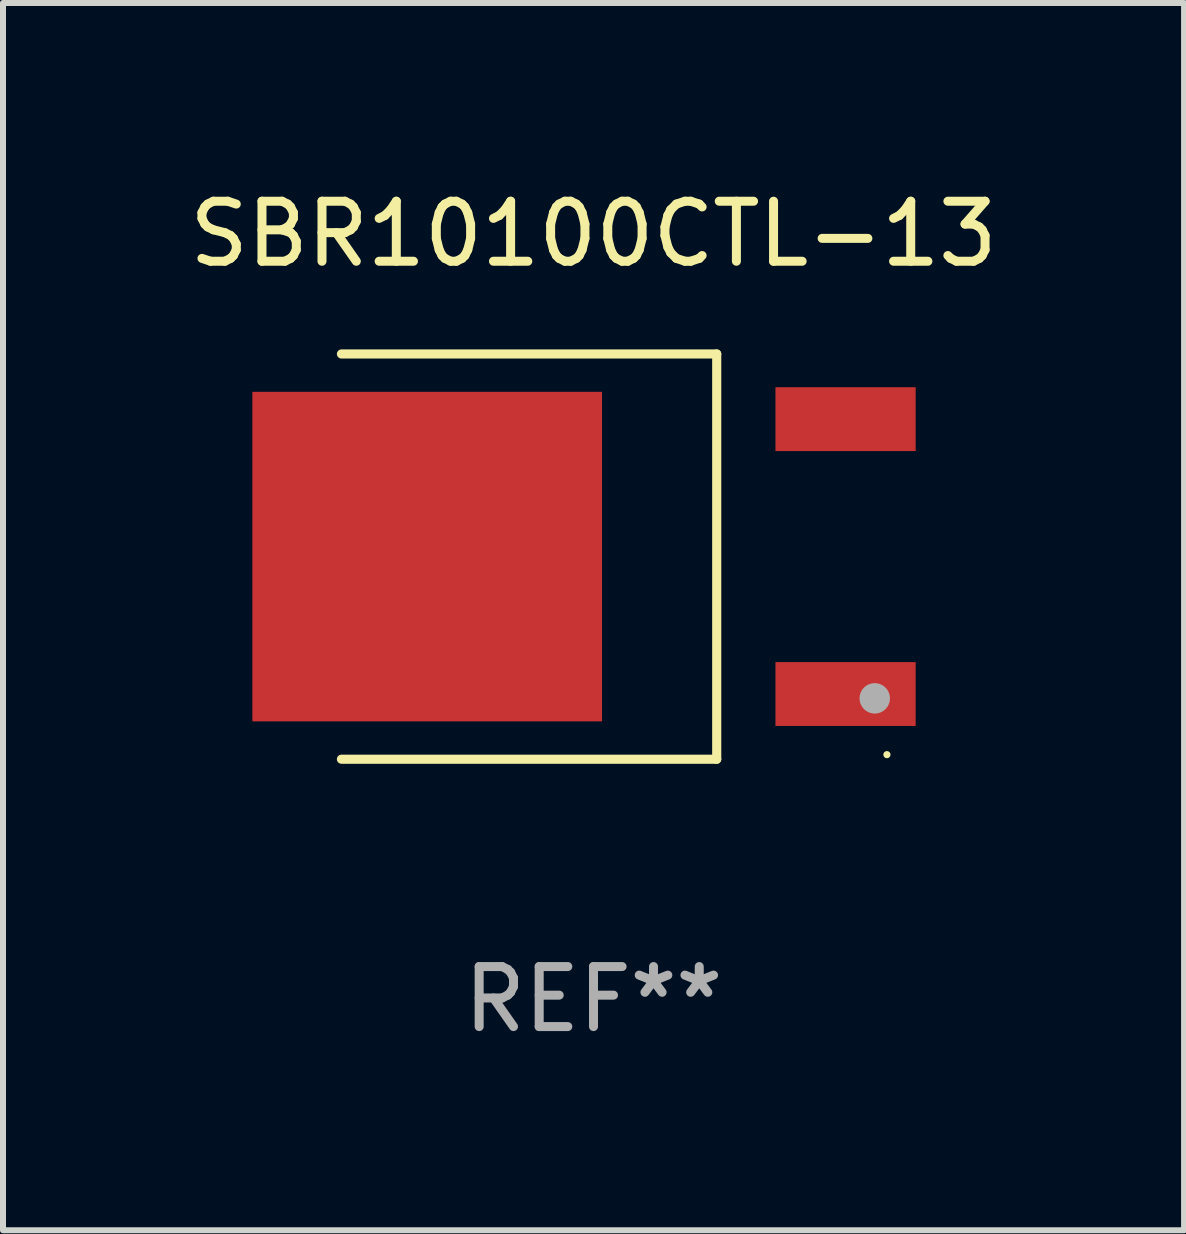
<source format=kicad_pcb>
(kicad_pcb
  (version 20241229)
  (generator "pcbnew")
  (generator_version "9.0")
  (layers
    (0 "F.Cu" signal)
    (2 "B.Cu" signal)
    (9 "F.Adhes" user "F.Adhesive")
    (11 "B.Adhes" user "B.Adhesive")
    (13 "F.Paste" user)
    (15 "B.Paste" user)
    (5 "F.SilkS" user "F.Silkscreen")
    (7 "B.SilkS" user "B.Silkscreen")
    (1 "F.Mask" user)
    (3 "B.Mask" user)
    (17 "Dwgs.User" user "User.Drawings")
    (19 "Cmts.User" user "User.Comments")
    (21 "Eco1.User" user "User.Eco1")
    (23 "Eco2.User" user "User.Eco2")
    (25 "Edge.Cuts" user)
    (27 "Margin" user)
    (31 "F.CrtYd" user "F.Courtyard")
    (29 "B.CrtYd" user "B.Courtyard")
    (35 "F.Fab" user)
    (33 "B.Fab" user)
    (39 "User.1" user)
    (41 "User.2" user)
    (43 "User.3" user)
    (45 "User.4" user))
  (footprint "SBR10100CTL-13"
    (layer "F.Cu")
    (at 6.839 6.224)
    (property "Reference" "SBR10100CTL-13" (at 0 -5.376 0) (layer "F.SilkS") (effects (font (size 1 1) (thickness 0.15))))
    (attr through_hole)
    (fp_line (start -4.2 -3.376) (end 2.053 -3.376) (stroke (width 0.152) (type solid)) (layer "F.SilkS"))
    (fp_line (start -4.2 3.376) (end 2.053 3.376) (stroke (width 0.152) (type solid)) (layer "F.SilkS"))
    (fp_line (start 2.053 3.376) (end 2.053 -3.376) (stroke (width 0.152) (type solid)) (layer "F.SilkS"))
    (fp_circle (center 4.889 3.3) (end 4.919 3.3) (stroke (width 0.06) (type solid)) (fill no) (layer "F.SilkS"))
    (fp_circle (center 4.686 2.362) (end 4.813 2.362) (stroke (width 0.254) (type solid)) (fill no) (layer "F.Fab"))
    (fp_text user "REF**" (at 0 7.376 0) (layer "F.Fab") (effects (font (size 1 1) (thickness 0.15))))
    (pad "1" smd rect (at 4.2 2.29) (size 2.336 1.064) (layers "F.Cu" "F.Mask" "F.Paste"))
    (pad "3" smd rect (at 4.2 -2.29) (size 2.336 1.064) (layers "F.Cu" "F.Mask" "F.Paste"))
    (pad "4" smd rect (at -2.771 0) (size 5.826 5.491) (layers "F.Cu" "F.Mask" "F.Paste")))
  (gr_rect
    (start -3 -3)
    (end 16.679 17.449)
    (stroke (width 0.1) (type default))
    (fill no)
    (layer "Edge.Cuts")))
</source>
